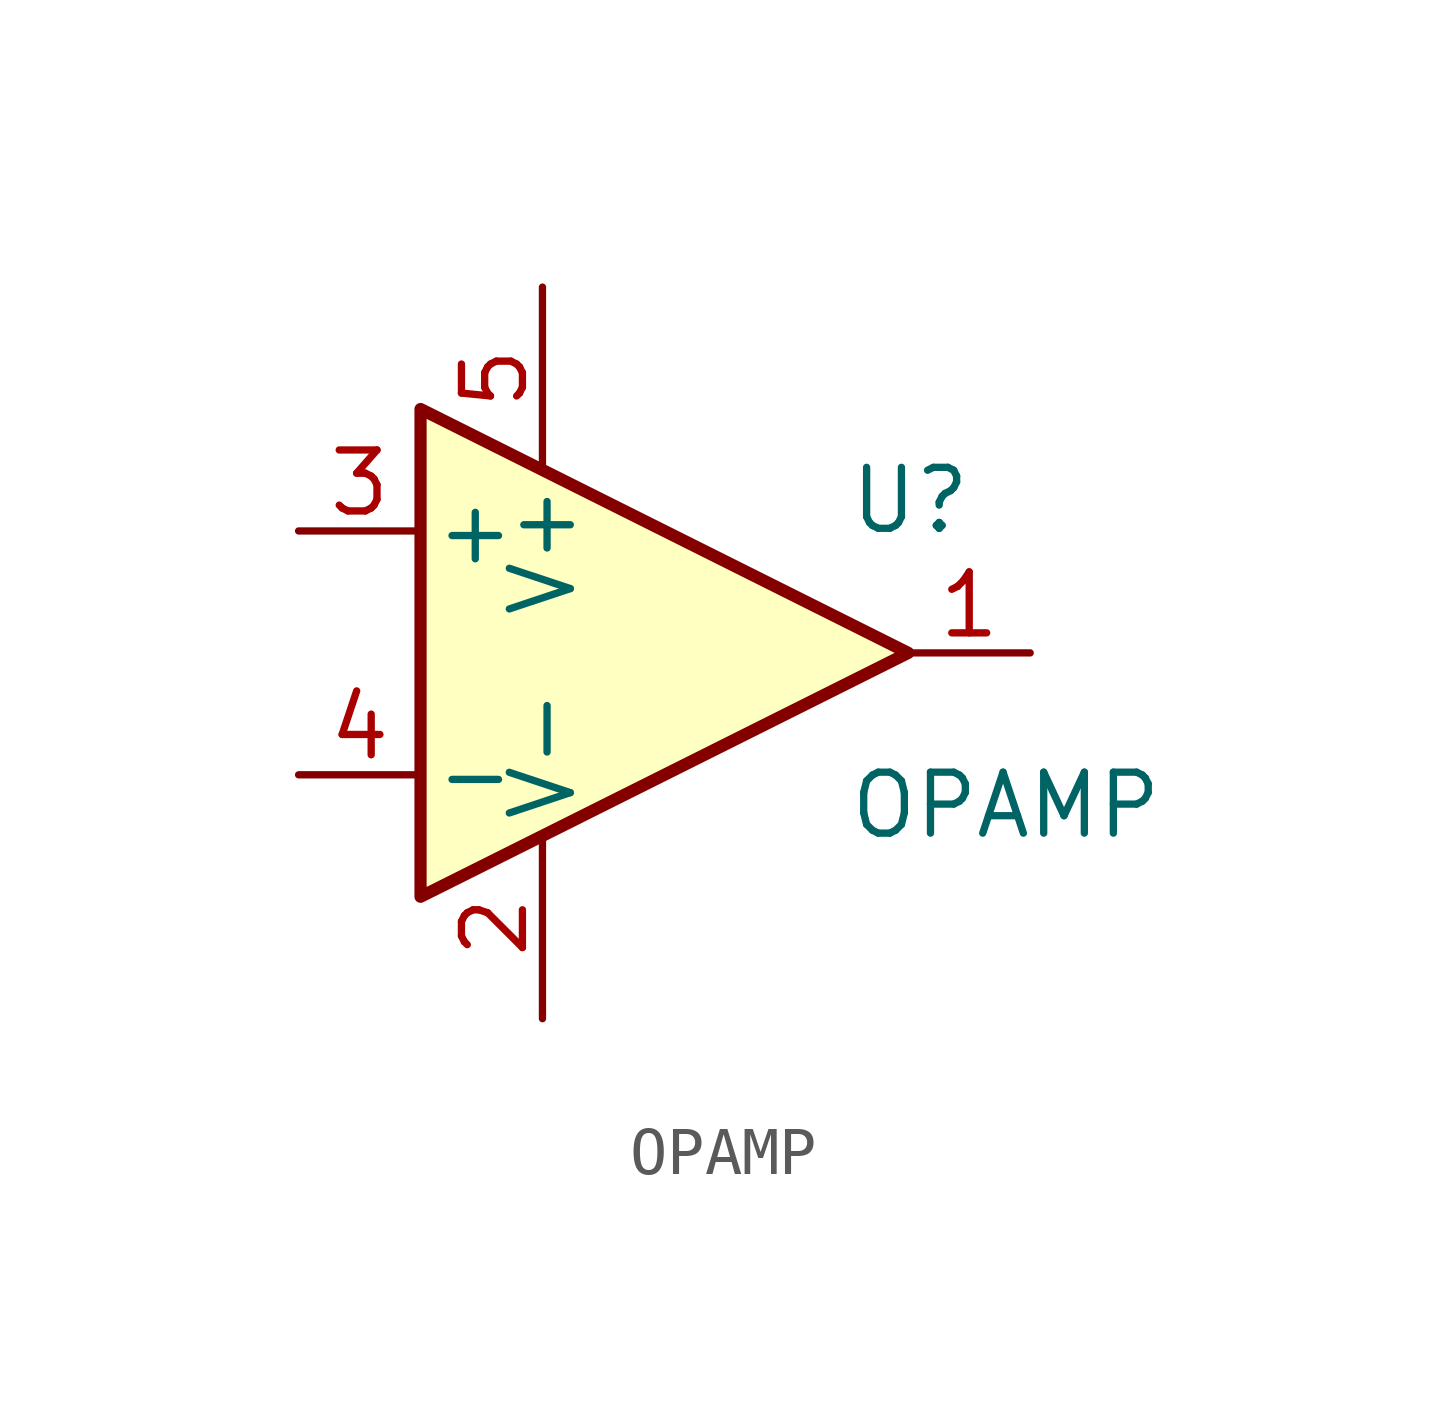
<source format=kicad_sym>
(kicad_symbol_lib
  (version 20211014)
  (generator kicad_symbol_editor)
  (symbol "OPAMP"
    (pin_names
      (offset 0.254))
    (property "Reference" "U"
      (at 3.81 3.175 0)
      (effects (font (size 1.27 1.27)) (justify left)))
    (property "Value" "OPAMP"
      (at 3.81 -3.175 0)
      (effects (font (size 1.27 1.27)) (justify left)))
    (symbol "OPAMP_0_1"
      (polyline (pts (xy 5.08 0) (xy -5.08 5.08) (xy -5.08 -5.08) (xy 5.08 0)) (stroke (width 0.254) (type default) (color 0 0 0 0)) (fill (type background))))
    (symbol "OPAMP_1_1"
      (pin output line (at 7.62 0 180) (length 2.54) (name "~" (effects (font (size 1.27 1.27)))) (number "1" (effects (font (size 1.27 1.27)))))
      (pin power_in line (at -2.54 -7.62 90) (length 3.81) (name "V-" (effects (font (size 1.27 1.27)))) (number "2" (effects (font (size 1.27 1.27)))))
      (pin input line (at -7.62 2.54 0) (length 2.54) (name "+" (effects (font (size 1.27 1.27)))) (number "3" (effects (font (size 1.27 1.27)))))
      (pin input line (at -7.62 -2.54 0) (length 2.54) (name "-" (effects (font (size 1.27 1.27)))) (number "4" (effects (font (size 1.27 1.27)))))
      (pin power_in line (at -2.54 7.62 270) (length 3.81) (name "V+" (effects (font (size 1.27 1.27)))) (number "5" (effects (font (size 1.27 1.27))))))))
</source>
